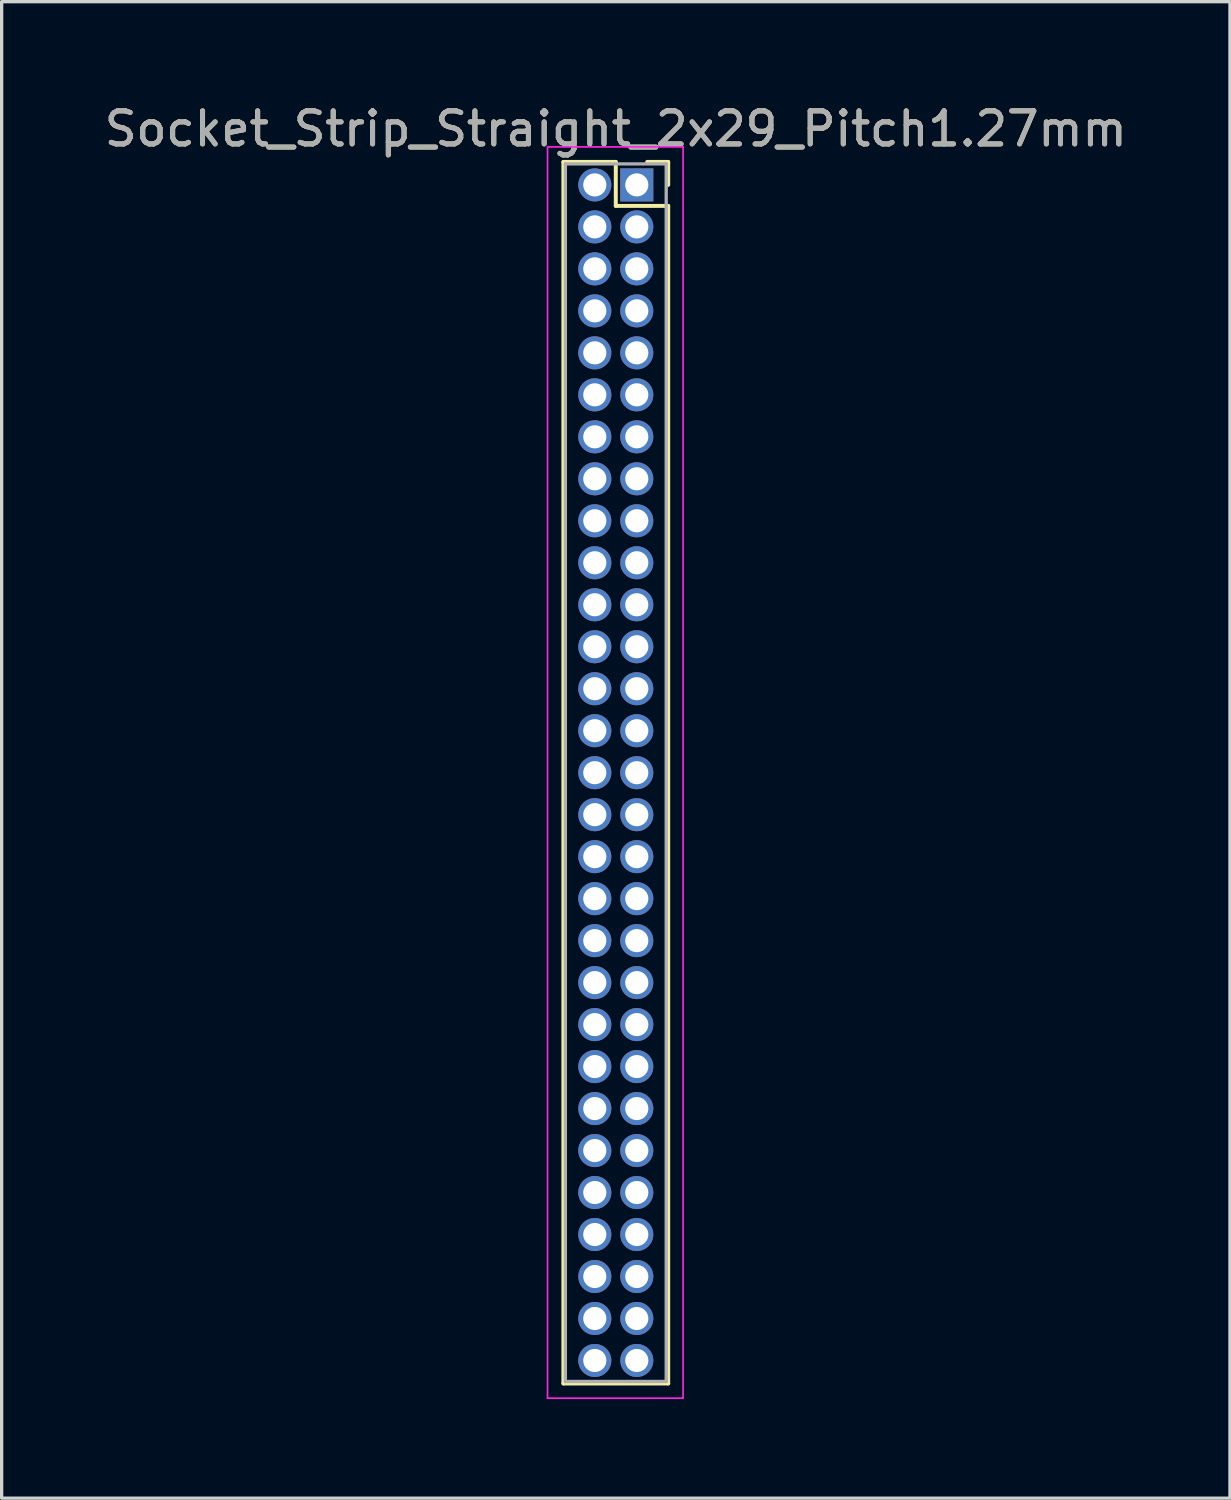
<source format=kicad_pcb>
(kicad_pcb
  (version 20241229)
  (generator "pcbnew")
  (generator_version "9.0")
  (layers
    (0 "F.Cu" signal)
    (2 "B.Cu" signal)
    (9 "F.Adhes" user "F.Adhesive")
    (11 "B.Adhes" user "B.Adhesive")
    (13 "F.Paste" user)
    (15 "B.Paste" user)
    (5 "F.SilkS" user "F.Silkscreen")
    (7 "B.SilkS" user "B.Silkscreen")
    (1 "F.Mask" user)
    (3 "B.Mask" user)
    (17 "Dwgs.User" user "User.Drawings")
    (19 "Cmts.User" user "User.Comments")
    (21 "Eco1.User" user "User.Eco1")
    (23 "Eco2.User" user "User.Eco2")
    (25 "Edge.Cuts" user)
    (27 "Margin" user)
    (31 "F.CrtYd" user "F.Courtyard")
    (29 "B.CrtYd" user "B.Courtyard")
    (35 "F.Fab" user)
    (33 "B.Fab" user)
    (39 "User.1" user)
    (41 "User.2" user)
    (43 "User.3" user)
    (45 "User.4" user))
  (footprint "Socket_Strip_Straight_2x29_Pitch1.27mm"
    (layer "F.Cu")
    (at 16.212 2.543)
    (property "Reference" "Socket_Strip_Straight_2x29_Pitch1.27mm" (at -0.635 -1.695 0) (layer "F.SilkS") (effects (font (size 1 1) (thickness 0.15))))
    (attr through_hole)
    (fp_line (start -2.22 -0.695) (end -0.635 -0.695) (stroke (width 0.12) (type solid)) (layer "F.SilkS"))
    (fp_line (start -2.22 36.255) (end -2.22 -0.695) (stroke (width 0.12) (type solid)) (layer "F.SilkS"))
    (fp_line (start -0.635 -0.695) (end -0.635 0.635) (stroke (width 0.12) (type solid)) (layer "F.SilkS"))
    (fp_line (start -0.635 0.635) (end 0.95 0.635) (stroke (width 0.12) (type solid)) (layer "F.SilkS"))
    (fp_line (start 0.95 -0.695) (end 0.315 -0.695) (stroke (width 0.12) (type solid)) (layer "F.SilkS"))
    (fp_line (start 0.95 0) (end 0.95 -0.695) (stroke (width 0.12) (type solid)) (layer "F.SilkS"))
    (fp_line (start 0.95 0.635) (end 0.95 36.255) (stroke (width 0.12) (type solid)) (layer "F.SilkS"))
    (fp_line (start 0.95 36.255) (end -2.22 36.255) (stroke (width 0.12) (type solid)) (layer "F.SilkS"))
    (fp_line (start -2.7 -1.15) (end -2.7 36.7) (stroke (width 0.05) (type solid)) (layer "F.CrtYd"))
    (fp_line (start -2.7 36.7) (end 1.4 36.7) (stroke (width 0.05) (type solid)) (layer "F.CrtYd"))
    (fp_line (start 1.4 -1.15) (end -2.7 -1.15) (stroke (width 0.05) (type solid)) (layer "F.CrtYd"))
    (fp_line (start 1.4 36.7) (end 1.4 -1.15) (stroke (width 0.05) (type solid)) (layer "F.CrtYd"))
    (fp_line (start -2.16 -0.635) (end -2.16 36.195) (stroke (width 0.1) (type solid)) (layer "F.Fab"))
    (fp_line (start -2.16 36.195) (end 0.89 36.195) (stroke (width 0.1) (type solid)) (layer "F.Fab"))
    (fp_line (start 0.89 -0.635) (end -2.16 -0.635) (stroke (width 0.1) (type solid)) (layer "F.Fab"))
    (fp_line (start 0.89 36.195) (end 0.89 -0.635) (stroke (width 0.1) (type solid)) (layer "F.Fab"))
    (fp_text user "${REFERENCE}" (at -0.635 -1.695 0) (layer "F.Fab") (effects (font (size 1 1) (thickness 0.15))))
    (pad "1" thru_hole rect (at 0 0) (size 1 1) (drill 0.7) (layers "*.Cu" "*.Mask"))
    (pad "2" thru_hole oval (at -1.27 0) (size 1 1) (drill 0.7) (layers "*.Cu" "*.Mask"))
    (pad "3" thru_hole oval (at 0 1.27) (size 1 1) (drill 0.7) (layers "*.Cu" "*.Mask"))
    (pad "4" thru_hole oval (at -1.27 1.27) (size 1 1) (drill 0.7) (layers "*.Cu" "*.Mask"))
    (pad "5" thru_hole oval (at 0 2.54) (size 1 1) (drill 0.7) (layers "*.Cu" "*.Mask"))
    (pad "6" thru_hole oval (at -1.27 2.54) (size 1 1) (drill 0.7) (layers "*.Cu" "*.Mask"))
    (pad "7" thru_hole oval (at 0 3.81) (size 1 1) (drill 0.7) (layers "*.Cu" "*.Mask"))
    (pad "8" thru_hole oval (at -1.27 3.81) (size 1 1) (drill 0.7) (layers "*.Cu" "*.Mask"))
    (pad "9" thru_hole oval (at 0 5.08) (size 1 1) (drill 0.7) (layers "*.Cu" "*.Mask"))
    (pad "10" thru_hole oval (at -1.27 5.08) (size 1 1) (drill 0.7) (layers "*.Cu" "*.Mask"))
    (pad "11" thru_hole oval (at 0 6.35) (size 1 1) (drill 0.7) (layers "*.Cu" "*.Mask"))
    (pad "12" thru_hole oval (at -1.27 6.35) (size 1 1) (drill 0.7) (layers "*.Cu" "*.Mask"))
    (pad "13" thru_hole oval (at 0 7.62) (size 1 1) (drill 0.7) (layers "*.Cu" "*.Mask"))
    (pad "14" thru_hole oval (at -1.27 7.62) (size 1 1) (drill 0.7) (layers "*.Cu" "*.Mask"))
    (pad "15" thru_hole oval (at 0 8.89) (size 1 1) (drill 0.7) (layers "*.Cu" "*.Mask"))
    (pad "16" thru_hole oval (at -1.27 8.89) (size 1 1) (drill 0.7) (layers "*.Cu" "*.Mask"))
    (pad "17" thru_hole oval (at 0 10.16) (size 1 1) (drill 0.7) (layers "*.Cu" "*.Mask"))
    (pad "18" thru_hole oval (at -1.27 10.16) (size 1 1) (drill 0.7) (layers "*.Cu" "*.Mask"))
    (pad "19" thru_hole oval (at 0 11.43) (size 1 1) (drill 0.7) (layers "*.Cu" "*.Mask"))
    (pad "20" thru_hole oval (at -1.27 11.43) (size 1 1) (drill 0.7) (layers "*.Cu" "*.Mask"))
    (pad "21" thru_hole oval (at 0 12.7) (size 1 1) (drill 0.7) (layers "*.Cu" "*.Mask"))
    (pad "22" thru_hole oval (at -1.27 12.7) (size 1 1) (drill 0.7) (layers "*.Cu" "*.Mask"))
    (pad "23" thru_hole oval (at 0 13.97) (size 1 1) (drill 0.7) (layers "*.Cu" "*.Mask"))
    (pad "24" thru_hole oval (at -1.27 13.97) (size 1 1) (drill 0.7) (layers "*.Cu" "*.Mask"))
    (pad "25" thru_hole oval (at 0 15.24) (size 1 1) (drill 0.7) (layers "*.Cu" "*.Mask"))
    (pad "26" thru_hole oval (at -1.27 15.24) (size 1 1) (drill 0.7) (layers "*.Cu" "*.Mask"))
    (pad "27" thru_hole oval (at 0 16.51) (size 1 1) (drill 0.7) (layers "*.Cu" "*.Mask"))
    (pad "28" thru_hole oval (at -1.27 16.51) (size 1 1) (drill 0.7) (layers "*.Cu" "*.Mask"))
    (pad "29" thru_hole oval (at 0 17.78) (size 1 1) (drill 0.7) (layers "*.Cu" "*.Mask"))
    (pad "30" thru_hole oval (at -1.27 17.78) (size 1 1) (drill 0.7) (layers "*.Cu" "*.Mask"))
    (pad "31" thru_hole oval (at 0 19.05) (size 1 1) (drill 0.7) (layers "*.Cu" "*.Mask"))
    (pad "32" thru_hole oval (at -1.27 19.05) (size 1 1) (drill 0.7) (layers "*.Cu" "*.Mask"))
    (pad "33" thru_hole oval (at 0 20.32) (size 1 1) (drill 0.7) (layers "*.Cu" "*.Mask"))
    (pad "34" thru_hole oval (at -1.27 20.32) (size 1 1) (drill 0.7) (layers "*.Cu" "*.Mask"))
    (pad "35" thru_hole oval (at 0 21.59) (size 1 1) (drill 0.7) (layers "*.Cu" "*.Mask"))
    (pad "36" thru_hole oval (at -1.27 21.59) (size 1 1) (drill 0.7) (layers "*.Cu" "*.Mask"))
    (pad "37" thru_hole oval (at 0 22.86) (size 1 1) (drill 0.7) (layers "*.Cu" "*.Mask"))
    (pad "38" thru_hole oval (at -1.27 22.86) (size 1 1) (drill 0.7) (layers "*.Cu" "*.Mask"))
    (pad "39" thru_hole oval (at 0 24.13) (size 1 1) (drill 0.7) (layers "*.Cu" "*.Mask"))
    (pad "40" thru_hole oval (at -1.27 24.13) (size 1 1) (drill 0.7) (layers "*.Cu" "*.Mask"))
    (pad "41" thru_hole oval (at 0 25.4) (size 1 1) (drill 0.7) (layers "*.Cu" "*.Mask"))
    (pad "42" thru_hole oval (at -1.27 25.4) (size 1 1) (drill 0.7) (layers "*.Cu" "*.Mask"))
    (pad "43" thru_hole oval (at 0 26.67) (size 1 1) (drill 0.7) (layers "*.Cu" "*.Mask"))
    (pad "44" thru_hole oval (at -1.27 26.67) (size 1 1) (drill 0.7) (layers "*.Cu" "*.Mask"))
    (pad "45" thru_hole oval (at 0 27.94) (size 1 1) (drill 0.7) (layers "*.Cu" "*.Mask"))
    (pad "46" thru_hole oval (at -1.27 27.94) (size 1 1) (drill 0.7) (layers "*.Cu" "*.Mask"))
    (pad "47" thru_hole oval (at 0 29.21) (size 1 1) (drill 0.7) (layers "*.Cu" "*.Mask"))
    (pad "48" thru_hole oval (at -1.27 29.21) (size 1 1) (drill 0.7) (layers "*.Cu" "*.Mask"))
    (pad "49" thru_hole oval (at 0 30.48) (size 1 1) (drill 0.7) (layers "*.Cu" "*.Mask"))
    (pad "50" thru_hole oval (at -1.27 30.48) (size 1 1) (drill 0.7) (layers "*.Cu" "*.Mask"))
    (pad "51" thru_hole oval (at 0 31.75) (size 1 1) (drill 0.7) (layers "*.Cu" "*.Mask"))
    (pad "52" thru_hole oval (at -1.27 31.75) (size 1 1) (drill 0.7) (layers "*.Cu" "*.Mask"))
    (pad "53" thru_hole oval (at 0 33.02) (size 1 1) (drill 0.7) (layers "*.Cu" "*.Mask"))
    (pad "54" thru_hole oval (at -1.27 33.02) (size 1 1) (drill 0.7) (layers "*.Cu" "*.Mask"))
    (pad "55" thru_hole oval (at 0 34.29) (size 1 1) (drill 0.7) (layers "*.Cu" "*.Mask"))
    (pad "56" thru_hole oval (at -1.27 34.29) (size 1 1) (drill 0.7) (layers "*.Cu" "*.Mask"))
    (pad "57" thru_hole oval (at 0 35.56) (size 1 1) (drill 0.7) (layers "*.Cu" "*.Mask"))
    (pad "58" thru_hole oval (at -1.27 35.56) (size 1 1) (drill 0.7) (layers "*.Cu" "*.Mask")))
  (gr_rect
    (start -3 -3)
    (end 34.155 42.268)
    (stroke (width 0.1) (type default))
    (fill no)
    (layer "Edge.Cuts")))
</source>
